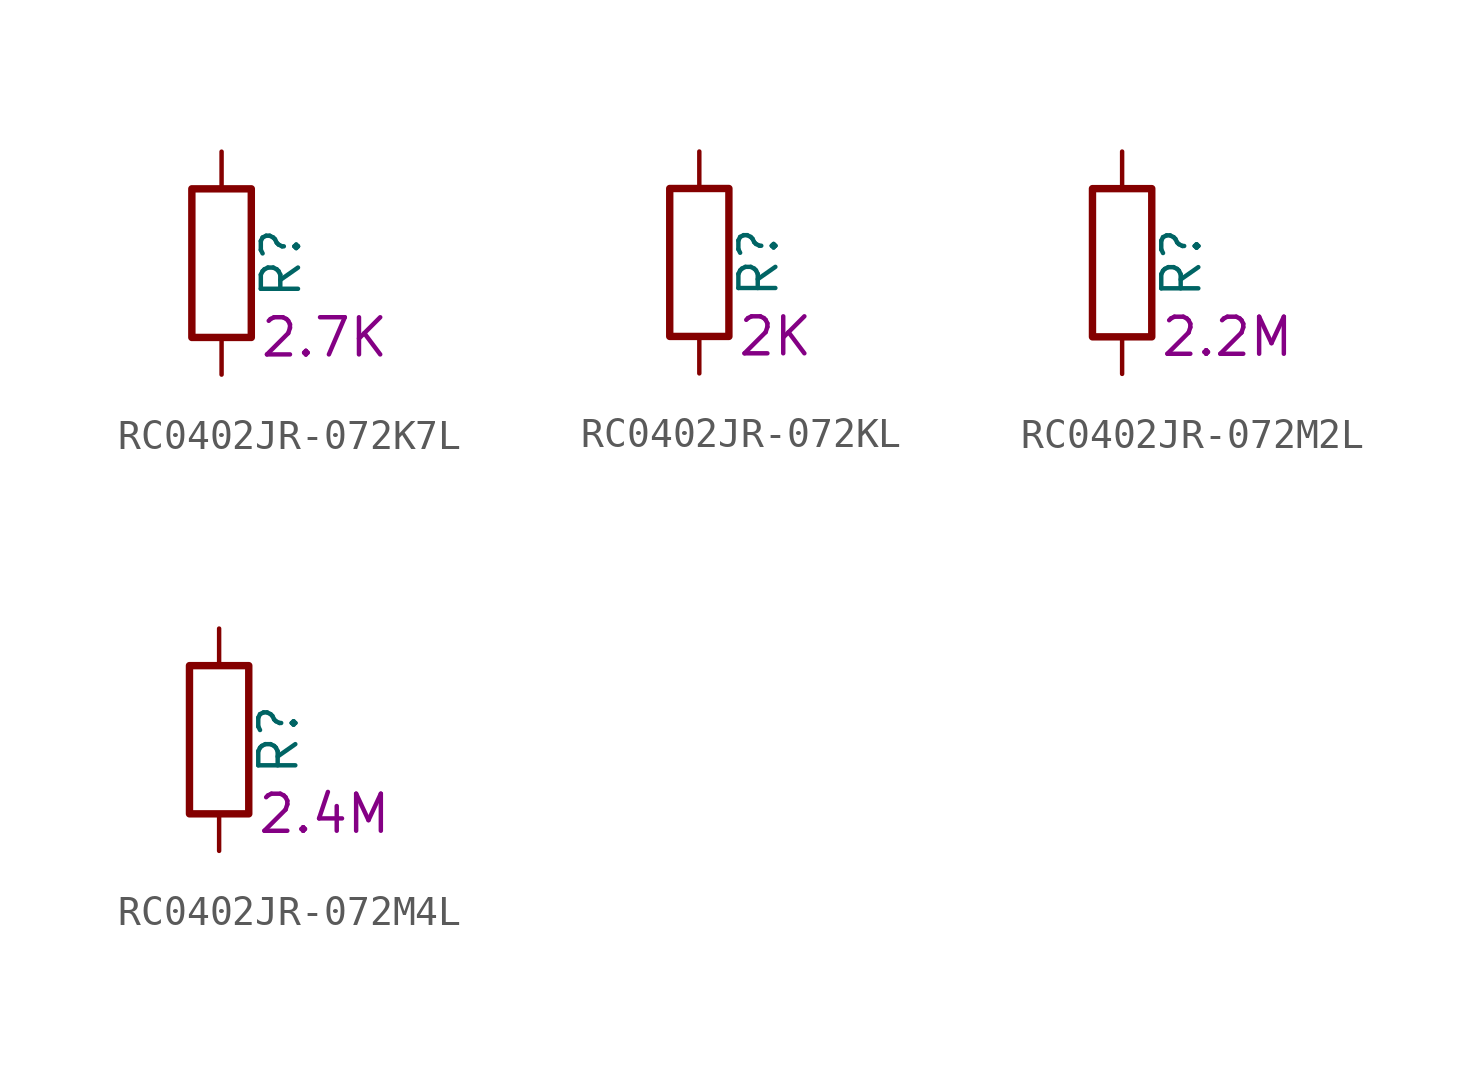
<source format=kicad_sym>
(kicad_symbol_lib
  (version 20220914)
  (generator kicad_symbol_editor)
  (symbol "RC0402JR-072K7L"
    (pin_numbers hide)
    (pin_names
      (offset 0))
    (property "Reference" "R"
      (at 2.032 0 90)
      (effects (font (size 1.27 1.27))))
    (property "Resistance" "2.7K"
      (at 1.27 -2.54 0)
      (effects (font (size 1.27 1.27)) (justify left)))
    (symbol "RC0402JR-072K7L_0_1"
      (rectangle (start -1.016 -2.54) (end 1.016 2.54) (stroke (width 0.254) (type default)) (fill (type none))))
    (symbol "RC0402JR-072K7L_1_1"
      (pin passive line (at 0 3.81 270) (length 1.27) (name "~" (effects (font (size 1.27 1.27)))) (number "1" (effects (font (size 1.27 1.27)))))
      (pin passive line (at 0 -3.81 90) (length 1.27) (name "~" (effects (font (size 1.27 1.27)))) (number "2" (effects (font (size 1.27 1.27)))))))
  (symbol "RC0402JR-072KL"
    (pin_numbers hide)
    (pin_names
      (offset 0))
    (property "Reference" "R"
      (at 2.032 0 90)
      (effects (font (size 1.27 1.27))))
    (property "Resistance" "2K"
      (at 1.27 -2.54 0)
      (effects (font (size 1.27 1.27)) (justify left)))
    (symbol "RC0402JR-072KL_0_1"
      (rectangle (start -1.016 -2.54) (end 1.016 2.54) (stroke (width 0.254) (type default)) (fill (type none))))
    (symbol "RC0402JR-072KL_1_1"
      (pin passive line (at 0 3.81 270) (length 1.27) (name "~" (effects (font (size 1.27 1.27)))) (number "1" (effects (font (size 1.27 1.27)))))
      (pin passive line (at 0 -3.81 90) (length 1.27) (name "~" (effects (font (size 1.27 1.27)))) (number "2" (effects (font (size 1.27 1.27)))))))
  (symbol "RC0402JR-072M2L"
    (pin_numbers hide)
    (pin_names
      (offset 0))
    (property "Reference" "R"
      (at 2.032 0 90)
      (effects (font (size 1.27 1.27))))
    (property "Resistance" "2.2M"
      (at 1.27 -2.54 0)
      (effects (font (size 1.27 1.27)) (justify left)))
    (symbol "RC0402JR-072M2L_0_1"
      (rectangle (start -1.016 -2.54) (end 1.016 2.54) (stroke (width 0.254) (type default)) (fill (type none))))
    (symbol "RC0402JR-072M2L_1_1"
      (pin passive line (at 0 3.81 270) (length 1.27) (name "~" (effects (font (size 1.27 1.27)))) (number "1" (effects (font (size 1.27 1.27)))))
      (pin passive line (at 0 -3.81 90) (length 1.27) (name "~" (effects (font (size 1.27 1.27)))) (number "2" (effects (font (size 1.27 1.27)))))))
  (symbol "RC0402JR-072M4L"
    (pin_numbers hide)
    (pin_names
      (offset 0))
    (property "Reference" "R"
      (at 2.032 0 90)
      (effects (font (size 1.27 1.27))))
    (property "Resistance" "2.4M"
      (at 1.27 -2.54 0)
      (effects (font (size 1.27 1.27)) (justify left)))
    (symbol "RC0402JR-072M4L_0_1"
      (rectangle (start -1.016 -2.54) (end 1.016 2.54) (stroke (width 0.254) (type default)) (fill (type none))))
    (symbol "RC0402JR-072M4L_1_1"
      (pin passive line (at 0 3.81 270) (length 1.27) (name "~" (effects (font (size 1.27 1.27)))) (number "1" (effects (font (size 1.27 1.27)))))
      (pin passive line (at 0 -3.81 90) (length 1.27) (name "~" (effects (font (size 1.27 1.27)))) (number "2" (effects (font (size 1.27 1.27))))))))
</source>
